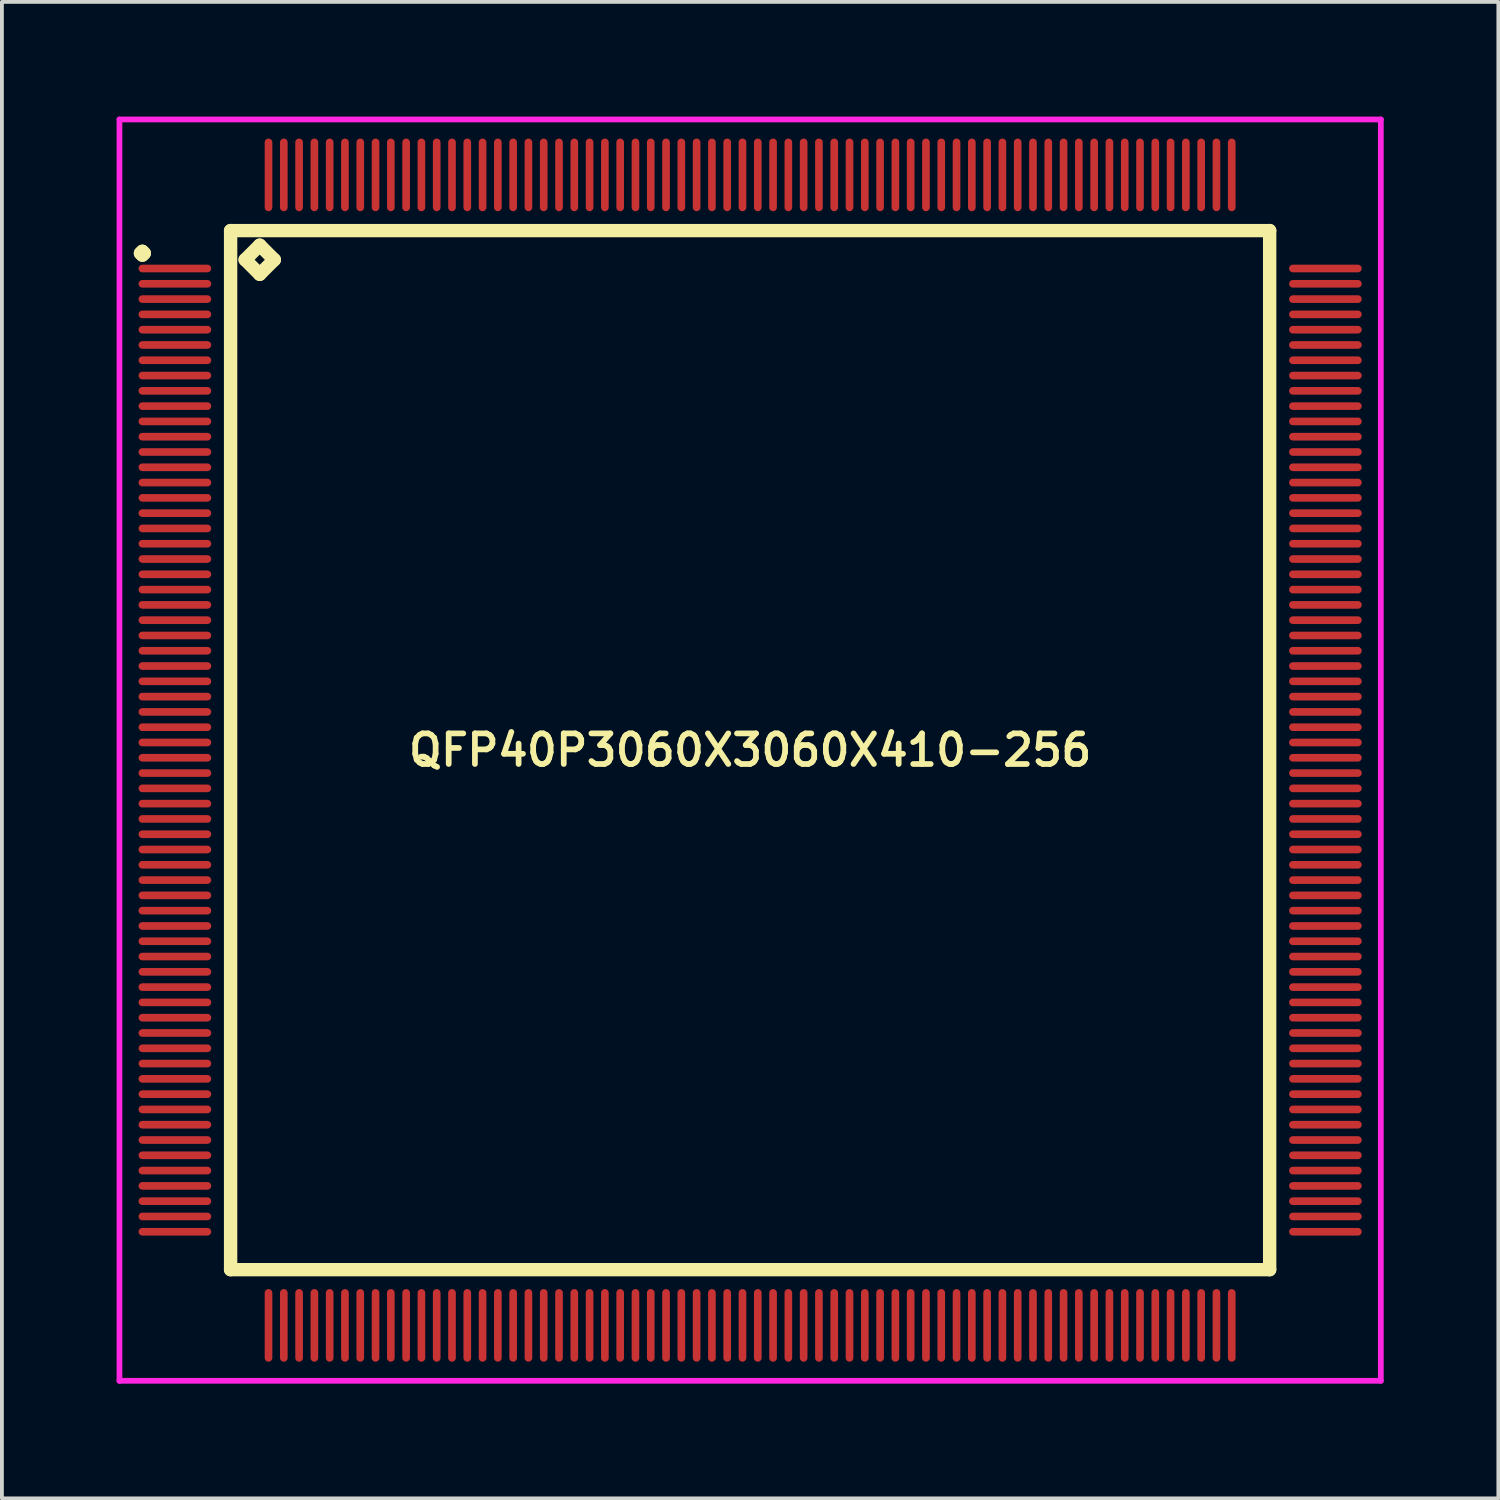
<source format=kicad_pcb>
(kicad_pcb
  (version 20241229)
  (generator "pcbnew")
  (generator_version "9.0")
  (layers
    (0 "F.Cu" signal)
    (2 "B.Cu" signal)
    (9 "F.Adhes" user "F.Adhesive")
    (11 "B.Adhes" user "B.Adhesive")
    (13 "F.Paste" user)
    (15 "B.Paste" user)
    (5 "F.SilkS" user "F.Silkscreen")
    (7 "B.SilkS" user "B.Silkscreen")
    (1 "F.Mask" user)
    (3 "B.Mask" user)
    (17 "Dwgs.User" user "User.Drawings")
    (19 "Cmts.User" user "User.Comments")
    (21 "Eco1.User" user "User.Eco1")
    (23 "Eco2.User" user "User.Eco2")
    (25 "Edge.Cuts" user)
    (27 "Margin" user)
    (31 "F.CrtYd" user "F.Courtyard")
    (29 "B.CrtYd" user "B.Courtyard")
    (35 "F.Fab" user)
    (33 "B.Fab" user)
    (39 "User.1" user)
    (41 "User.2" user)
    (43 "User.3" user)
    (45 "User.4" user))
  (footprint "QFP40P3060X3060X410-256"
    (layer "F.Cu")
    (at 16.575 16.575)
    (property "Reference" "QFP40P3060X3060X410-256" (at 0 0 0) (layer "F.SilkS") (effects (font (size 0.8 0.8) (thickness 0.15))))
    (attr smd)
    (fp_line (start -15.95 -13) (end -15.9 -13.05) (stroke (width 0.35) (type solid)) (layer "F.SilkS"))
    (fp_line (start -15.9 -13.05) (end -15.85 -13) (stroke (width 0.35) (type solid)) (layer "F.SilkS"))
    (fp_line (start -15.9 -12.95) (end -15.95 -13) (stroke (width 0.35) (type solid)) (layer "F.SilkS"))
    (fp_line (start -15.85 -13) (end -15.9 -12.95) (stroke (width 0.35) (type solid)) (layer "F.SilkS"))
    (fp_line (start -13.592 -13.592) (end -13.592 13.592) (stroke (width 0.35) (type solid)) (layer "F.SilkS"))
    (fp_line (start -13.592 13.592) (end 13.592 13.592) (stroke (width 0.35) (type solid)) (layer "F.SilkS"))
    (fp_line (start -13.211 -12.83) (end -12.83 -13.211) (stroke (width 0.35) (type solid)) (layer "F.SilkS"))
    (fp_line (start -12.83 -13.211) (end -12.449 -12.83) (stroke (width 0.35) (type solid)) (layer "F.SilkS"))
    (fp_line (start -12.83 -12.449) (end -13.211 -12.83) (stroke (width 0.35) (type solid)) (layer "F.SilkS"))
    (fp_line (start -12.449 -12.83) (end -12.83 -12.449) (stroke (width 0.35) (type solid)) (layer "F.SilkS"))
    (fp_line (start 13.592 -13.592) (end -13.592 -13.592) (stroke (width 0.35) (type solid)) (layer "F.SilkS"))
    (fp_line (start 13.592 13.592) (end 13.592 -13.592) (stroke (width 0.35) (type solid)) (layer "F.SilkS"))
    (fp_line (start -16.5 -16.5) (end 16.5 -16.5) (stroke (width 0.15) (type solid)) (layer "F.CrtYd"))
    (fp_line (start -16.5 16.5) (end -16.5 -16.5) (stroke (width 0.15) (type solid)) (layer "F.CrtYd"))
    (fp_line (start 16.5 -16.5) (end 16.5 16.5) (stroke (width 0.15) (type solid)) (layer "F.CrtYd"))
    (fp_line (start 16.5 16.5) (end -16.5 16.5) (stroke (width 0.15) (type solid)) (layer "F.CrtYd"))
    (pad "1" smd oval (at -15.05 -12.6) (size 1.9 0.2) (layers "F.Cu" "F.Mask" "F.Paste"))
    (pad "2" smd oval (at -15.05 -12.2) (size 1.9 0.2) (layers "F.Cu" "F.Mask" "F.Paste"))
    (pad "3" smd oval (at -15.05 -11.8) (size 1.9 0.2) (layers "F.Cu" "F.Mask" "F.Paste"))
    (pad "4" smd oval (at -15.05 -11.4) (size 1.9 0.2) (layers "F.Cu" "F.Mask" "F.Paste"))
    (pad "5" smd oval (at -15.05 -11) (size 1.9 0.2) (layers "F.Cu" "F.Mask" "F.Paste"))
    (pad "6" smd oval (at -15.05 -10.6) (size 1.9 0.2) (layers "F.Cu" "F.Mask" "F.Paste"))
    (pad "7" smd oval (at -15.05 -10.2) (size 1.9 0.2) (layers "F.Cu" "F.Mask" "F.Paste"))
    (pad "8" smd oval (at -15.05 -9.8) (size 1.9 0.2) (layers "F.Cu" "F.Mask" "F.Paste"))
    (pad "9" smd oval (at -15.05 -9.4) (size 1.9 0.2) (layers "F.Cu" "F.Mask" "F.Paste"))
    (pad "10" smd oval (at -15.05 -9) (size 1.9 0.2) (layers "F.Cu" "F.Mask" "F.Paste"))
    (pad "11" smd oval (at -15.05 -8.6) (size 1.9 0.2) (layers "F.Cu" "F.Mask" "F.Paste"))
    (pad "12" smd oval (at -15.05 -8.2) (size 1.9 0.2) (layers "F.Cu" "F.Mask" "F.Paste"))
    (pad "13" smd oval (at -15.05 -7.8) (size 1.9 0.2) (layers "F.Cu" "F.Mask" "F.Paste"))
    (pad "14" smd oval (at -15.05 -7.4) (size 1.9 0.2) (layers "F.Cu" "F.Mask" "F.Paste"))
    (pad "15" smd oval (at -15.05 -7) (size 1.9 0.2) (layers "F.Cu" "F.Mask" "F.Paste"))
    (pad "16" smd oval (at -15.05 -6.6) (size 1.9 0.2) (layers "F.Cu" "F.Mask" "F.Paste"))
    (pad "17" smd oval (at -15.05 -6.2) (size 1.9 0.2) (layers "F.Cu" "F.Mask" "F.Paste"))
    (pad "18" smd oval (at -15.05 -5.8) (size 1.9 0.2) (layers "F.Cu" "F.Mask" "F.Paste"))
    (pad "19" smd oval (at -15.05 -5.4) (size 1.9 0.2) (layers "F.Cu" "F.Mask" "F.Paste"))
    (pad "20" smd oval (at -15.05 -5) (size 1.9 0.2) (layers "F.Cu" "F.Mask" "F.Paste"))
    (pad "21" smd oval (at -15.05 -4.6) (size 1.9 0.2) (layers "F.Cu" "F.Mask" "F.Paste"))
    (pad "22" smd oval (at -15.05 -4.2) (size 1.9 0.2) (layers "F.Cu" "F.Mask" "F.Paste"))
    (pad "23" smd oval (at -15.05 -3.8) (size 1.9 0.2) (layers "F.Cu" "F.Mask" "F.Paste"))
    (pad "24" smd oval (at -15.05 -3.4) (size 1.9 0.2) (layers "F.Cu" "F.Mask" "F.Paste"))
    (pad "25" smd oval (at -15.05 -3) (size 1.9 0.2) (layers "F.Cu" "F.Mask" "F.Paste"))
    (pad "26" smd oval (at -15.05 -2.6) (size 1.9 0.2) (layers "F.Cu" "F.Mask" "F.Paste"))
    (pad "27" smd oval (at -15.05 -2.2) (size 1.9 0.2) (layers "F.Cu" "F.Mask" "F.Paste"))
    (pad "28" smd oval (at -15.05 -1.8) (size 1.9 0.2) (layers "F.Cu" "F.Mask" "F.Paste"))
    (pad "29" smd oval (at -15.05 -1.4) (size 1.9 0.2) (layers "F.Cu" "F.Mask" "F.Paste"))
    (pad "30" smd oval (at -15.05 -1) (size 1.9 0.2) (layers "F.Cu" "F.Mask" "F.Paste"))
    (pad "31" smd oval (at -15.05 -0.6) (size 1.9 0.2) (layers "F.Cu" "F.Mask" "F.Paste"))
    (pad "32" smd oval (at -15.05 -0.2) (size 1.9 0.2) (layers "F.Cu" "F.Mask" "F.Paste"))
    (pad "33" smd oval (at -15.05 0.2) (size 1.9 0.2) (layers "F.Cu" "F.Mask" "F.Paste"))
    (pad "34" smd oval (at -15.05 0.6) (size 1.9 0.2) (layers "F.Cu" "F.Mask" "F.Paste"))
    (pad "35" smd oval (at -15.05 1) (size 1.9 0.2) (layers "F.Cu" "F.Mask" "F.Paste"))
    (pad "36" smd oval (at -15.05 1.4) (size 1.9 0.2) (layers "F.Cu" "F.Mask" "F.Paste"))
    (pad "37" smd oval (at -15.05 1.8) (size 1.9 0.2) (layers "F.Cu" "F.Mask" "F.Paste"))
    (pad "38" smd oval (at -15.05 2.2) (size 1.9 0.2) (layers "F.Cu" "F.Mask" "F.Paste"))
    (pad "39" smd oval (at -15.05 2.6) (size 1.9 0.2) (layers "F.Cu" "F.Mask" "F.Paste"))
    (pad "40" smd oval (at -15.05 3) (size 1.9 0.2) (layers "F.Cu" "F.Mask" "F.Paste"))
    (pad "41" smd oval (at -15.05 3.4) (size 1.9 0.2) (layers "F.Cu" "F.Mask" "F.Paste"))
    (pad "42" smd oval (at -15.05 3.8) (size 1.9 0.2) (layers "F.Cu" "F.Mask" "F.Paste"))
    (pad "43" smd oval (at -15.05 4.2) (size 1.9 0.2) (layers "F.Cu" "F.Mask" "F.Paste"))
    (pad "44" smd oval (at -15.05 4.6) (size 1.9 0.2) (layers "F.Cu" "F.Mask" "F.Paste"))
    (pad "45" smd oval (at -15.05 5) (size 1.9 0.2) (layers "F.Cu" "F.Mask" "F.Paste"))
    (pad "46" smd oval (at -15.05 5.4) (size 1.9 0.2) (layers "F.Cu" "F.Mask" "F.Paste"))
    (pad "47" smd oval (at -15.05 5.8) (size 1.9 0.2) (layers "F.Cu" "F.Mask" "F.Paste"))
    (pad "48" smd oval (at -15.05 6.2) (size 1.9 0.2) (layers "F.Cu" "F.Mask" "F.Paste"))
    (pad "49" smd oval (at -15.05 6.6) (size 1.9 0.2) (layers "F.Cu" "F.Mask" "F.Paste"))
    (pad "50" smd oval (at -15.05 7) (size 1.9 0.2) (layers "F.Cu" "F.Mask" "F.Paste"))
    (pad "51" smd oval (at -15.05 7.4) (size 1.9 0.2) (layers "F.Cu" "F.Mask" "F.Paste"))
    (pad "52" smd oval (at -15.05 7.8) (size 1.9 0.2) (layers "F.Cu" "F.Mask" "F.Paste"))
    (pad "53" smd oval (at -15.05 8.2) (size 1.9 0.2) (layers "F.Cu" "F.Mask" "F.Paste"))
    (pad "54" smd oval (at -15.05 8.6) (size 1.9 0.2) (layers "F.Cu" "F.Mask" "F.Paste"))
    (pad "55" smd oval (at -15.05 9) (size 1.9 0.2) (layers "F.Cu" "F.Mask" "F.Paste"))
    (pad "56" smd oval (at -15.05 9.4) (size 1.9 0.2) (layers "F.Cu" "F.Mask" "F.Paste"))
    (pad "57" smd oval (at -15.05 9.8) (size 1.9 0.2) (layers "F.Cu" "F.Mask" "F.Paste"))
    (pad "58" smd oval (at -15.05 10.2) (size 1.9 0.2) (layers "F.Cu" "F.Mask" "F.Paste"))
    (pad "59" smd oval (at -15.05 10.6) (size 1.9 0.2) (layers "F.Cu" "F.Mask" "F.Paste"))
    (pad "60" smd oval (at -15.05 11) (size 1.9 0.2) (layers "F.Cu" "F.Mask" "F.Paste"))
    (pad "61" smd oval (at -15.05 11.4) (size 1.9 0.2) (layers "F.Cu" "F.Mask" "F.Paste"))
    (pad "62" smd oval (at -15.05 11.8) (size 1.9 0.2) (layers "F.Cu" "F.Mask" "F.Paste"))
    (pad "63" smd oval (at -15.05 12.2) (size 1.9 0.2) (layers "F.Cu" "F.Mask" "F.Paste"))
    (pad "64" smd oval (at -15.05 12.6) (size 1.9 0.2) (layers "F.Cu" "F.Mask" "F.Paste"))
    (pad "65" smd oval (at -12.6 15.05) (size 0.2 1.9) (layers "F.Cu" "F.Mask" "F.Paste"))
    (pad "66" smd oval (at -12.2 15.05) (size 0.2 1.9) (layers "F.Cu" "F.Mask" "F.Paste"))
    (pad "67" smd oval (at -11.8 15.05) (size 0.2 1.9) (layers "F.Cu" "F.Mask" "F.Paste"))
    (pad "68" smd oval (at -11.4 15.05) (size 0.2 1.9) (layers "F.Cu" "F.Mask" "F.Paste"))
    (pad "69" smd oval (at -11 15.05) (size 0.2 1.9) (layers "F.Cu" "F.Mask" "F.Paste"))
    (pad "70" smd oval (at -10.6 15.05) (size 0.2 1.9) (layers "F.Cu" "F.Mask" "F.Paste"))
    (pad "71" smd oval (at -10.2 15.05) (size 0.2 1.9) (layers "F.Cu" "F.Mask" "F.Paste"))
    (pad "72" smd oval (at -9.8 15.05) (size 0.2 1.9) (layers "F.Cu" "F.Mask" "F.Paste"))
    (pad "73" smd oval (at -9.4 15.05) (size 0.2 1.9) (layers "F.Cu" "F.Mask" "F.Paste"))
    (pad "74" smd oval (at -9 15.05) (size 0.2 1.9) (layers "F.Cu" "F.Mask" "F.Paste"))
    (pad "75" smd oval (at -8.6 15.05) (size 0.2 1.9) (layers "F.Cu" "F.Mask" "F.Paste"))
    (pad "76" smd oval (at -8.2 15.05) (size 0.2 1.9) (layers "F.Cu" "F.Mask" "F.Paste"))
    (pad "77" smd oval (at -7.8 15.05) (size 0.2 1.9) (layers "F.Cu" "F.Mask" "F.Paste"))
    (pad "78" smd oval (at -7.4 15.05) (size 0.2 1.9) (layers "F.Cu" "F.Mask" "F.Paste"))
    (pad "79" smd oval (at -7 15.05) (size 0.2 1.9) (layers "F.Cu" "F.Mask" "F.Paste"))
    (pad "80" smd oval (at -6.6 15.05) (size 0.2 1.9) (layers "F.Cu" "F.Mask" "F.Paste"))
    (pad "81" smd oval (at -6.2 15.05) (size 0.2 1.9) (layers "F.Cu" "F.Mask" "F.Paste"))
    (pad "82" smd oval (at -5.8 15.05) (size 0.2 1.9) (layers "F.Cu" "F.Mask" "F.Paste"))
    (pad "83" smd oval (at -5.4 15.05) (size 0.2 1.9) (layers "F.Cu" "F.Mask" "F.Paste"))
    (pad "84" smd oval (at -5 15.05) (size 0.2 1.9) (layers "F.Cu" "F.Mask" "F.Paste"))
    (pad "85" smd oval (at -4.6 15.05) (size 0.2 1.9) (layers "F.Cu" "F.Mask" "F.Paste"))
    (pad "86" smd oval (at -4.2 15.05) (size 0.2 1.9) (layers "F.Cu" "F.Mask" "F.Paste"))
    (pad "87" smd oval (at -3.8 15.05) (size 0.2 1.9) (layers "F.Cu" "F.Mask" "F.Paste"))
    (pad "88" smd oval (at -3.4 15.05) (size 0.2 1.9) (layers "F.Cu" "F.Mask" "F.Paste"))
    (pad "89" smd oval (at -3 15.05) (size 0.2 1.9) (layers "F.Cu" "F.Mask" "F.Paste"))
    (pad "90" smd oval (at -2.6 15.05) (size 0.2 1.9) (layers "F.Cu" "F.Mask" "F.Paste"))
    (pad "91" smd oval (at -2.2 15.05) (size 0.2 1.9) (layers "F.Cu" "F.Mask" "F.Paste"))
    (pad "92" smd oval (at -1.8 15.05) (size 0.2 1.9) (layers "F.Cu" "F.Mask" "F.Paste"))
    (pad "93" smd oval (at -1.4 15.05) (size 0.2 1.9) (layers "F.Cu" "F.Mask" "F.Paste"))
    (pad "94" smd oval (at -1 15.05) (size 0.2 1.9) (layers "F.Cu" "F.Mask" "F.Paste"))
    (pad "95" smd oval (at -0.6 15.05) (size 0.2 1.9) (layers "F.Cu" "F.Mask" "F.Paste"))
    (pad "96" smd oval (at -0.2 15.05) (size 0.2 1.9) (layers "F.Cu" "F.Mask" "F.Paste"))
    (pad "97" smd oval (at 0.2 15.05) (size 0.2 1.9) (layers "F.Cu" "F.Mask" "F.Paste"))
    (pad "98" smd oval (at 0.6 15.05) (size 0.2 1.9) (layers "F.Cu" "F.Mask" "F.Paste"))
    (pad "99" smd oval (at 1 15.05) (size 0.2 1.9) (layers "F.Cu" "F.Mask" "F.Paste"))
    (pad "100" smd oval (at 1.4 15.05) (size 0.2 1.9) (layers "F.Cu" "F.Mask" "F.Paste"))
    (pad "101" smd oval (at 1.8 15.05) (size 0.2 1.9) (layers "F.Cu" "F.Mask" "F.Paste"))
    (pad "102" smd oval (at 2.2 15.05) (size 0.2 1.9) (layers "F.Cu" "F.Mask" "F.Paste"))
    (pad "103" smd oval (at 2.6 15.05) (size 0.2 1.9) (layers "F.Cu" "F.Mask" "F.Paste"))
    (pad "104" smd oval (at 3 15.05) (size 0.2 1.9) (layers "F.Cu" "F.Mask" "F.Paste"))
    (pad "105" smd oval (at 3.4 15.05) (size 0.2 1.9) (layers "F.Cu" "F.Mask" "F.Paste"))
    (pad "106" smd oval (at 3.8 15.05) (size 0.2 1.9) (layers "F.Cu" "F.Mask" "F.Paste"))
    (pad "107" smd oval (at 4.2 15.05) (size 0.2 1.9) (layers "F.Cu" "F.Mask" "F.Paste"))
    (pad "108" smd oval (at 4.6 15.05) (size 0.2 1.9) (layers "F.Cu" "F.Mask" "F.Paste"))
    (pad "109" smd oval (at 5 15.05) (size 0.2 1.9) (layers "F.Cu" "F.Mask" "F.Paste"))
    (pad "110" smd oval (at 5.4 15.05) (size 0.2 1.9) (layers "F.Cu" "F.Mask" "F.Paste"))
    (pad "111" smd oval (at 5.8 15.05) (size 0.2 1.9) (layers "F.Cu" "F.Mask" "F.Paste"))
    (pad "112" smd oval (at 6.2 15.05) (size 0.2 1.9) (layers "F.Cu" "F.Mask" "F.Paste"))
    (pad "113" smd oval (at 6.6 15.05) (size 0.2 1.9) (layers "F.Cu" "F.Mask" "F.Paste"))
    (pad "114" smd oval (at 7 15.05) (size 0.2 1.9) (layers "F.Cu" "F.Mask" "F.Paste"))
    (pad "115" smd oval (at 7.4 15.05) (size 0.2 1.9) (layers "F.Cu" "F.Mask" "F.Paste"))
    (pad "116" smd oval (at 7.8 15.05) (size 0.2 1.9) (layers "F.Cu" "F.Mask" "F.Paste"))
    (pad "117" smd oval (at 8.2 15.05) (size 0.2 1.9) (layers "F.Cu" "F.Mask" "F.Paste"))
    (pad "118" smd oval (at 8.6 15.05) (size 0.2 1.9) (layers "F.Cu" "F.Mask" "F.Paste"))
    (pad "119" smd oval (at 9 15.05) (size 0.2 1.9) (layers "F.Cu" "F.Mask" "F.Paste"))
    (pad "120" smd oval (at 9.4 15.05) (size 0.2 1.9) (layers "F.Cu" "F.Mask" "F.Paste"))
    (pad "121" smd oval (at 9.8 15.05) (size 0.2 1.9) (layers "F.Cu" "F.Mask" "F.Paste"))
    (pad "122" smd oval (at 10.2 15.05) (size 0.2 1.9) (layers "F.Cu" "F.Mask" "F.Paste"))
    (pad "123" smd oval (at 10.6 15.05) (size 0.2 1.9) (layers "F.Cu" "F.Mask" "F.Paste"))
    (pad "124" smd oval (at 11 15.05) (size 0.2 1.9) (layers "F.Cu" "F.Mask" "F.Paste"))
    (pad "125" smd oval (at 11.4 15.05) (size 0.2 1.9) (layers "F.Cu" "F.Mask" "F.Paste"))
    (pad "126" smd oval (at 11.8 15.05) (size 0.2 1.9) (layers "F.Cu" "F.Mask" "F.Paste"))
    (pad "127" smd oval (at 12.2 15.05) (size 0.2 1.9) (layers "F.Cu" "F.Mask" "F.Paste"))
    (pad "128" smd oval (at 12.6 15.05) (size 0.2 1.9) (layers "F.Cu" "F.Mask" "F.Paste"))
    (pad "129" smd oval (at 15.05 12.6) (size 1.9 0.2) (layers "F.Cu" "F.Mask" "F.Paste"))
    (pad "130" smd oval (at 15.05 12.2) (size 1.9 0.2) (layers "F.Cu" "F.Mask" "F.Paste"))
    (pad "131" smd oval (at 15.05 11.8) (size 1.9 0.2) (layers "F.Cu" "F.Mask" "F.Paste"))
    (pad "132" smd oval (at 15.05 11.4) (size 1.9 0.2) (layers "F.Cu" "F.Mask" "F.Paste"))
    (pad "133" smd oval (at 15.05 11) (size 1.9 0.2) (layers "F.Cu" "F.Mask" "F.Paste"))
    (pad "134" smd oval (at 15.05 10.6) (size 1.9 0.2) (layers "F.Cu" "F.Mask" "F.Paste"))
    (pad "135" smd oval (at 15.05 10.2) (size 1.9 0.2) (layers "F.Cu" "F.Mask" "F.Paste"))
    (pad "136" smd oval (at 15.05 9.8) (size 1.9 0.2) (layers "F.Cu" "F.Mask" "F.Paste"))
    (pad "137" smd oval (at 15.05 9.4) (size 1.9 0.2) (layers "F.Cu" "F.Mask" "F.Paste"))
    (pad "138" smd oval (at 15.05 9) (size 1.9 0.2) (layers "F.Cu" "F.Mask" "F.Paste"))
    (pad "139" smd oval (at 15.05 8.6) (size 1.9 0.2) (layers "F.Cu" "F.Mask" "F.Paste"))
    (pad "140" smd oval (at 15.05 8.2) (size 1.9 0.2) (layers "F.Cu" "F.Mask" "F.Paste"))
    (pad "141" smd oval (at 15.05 7.8) (size 1.9 0.2) (layers "F.Cu" "F.Mask" "F.Paste"))
    (pad "142" smd oval (at 15.05 7.4) (size 1.9 0.2) (layers "F.Cu" "F.Mask" "F.Paste"))
    (pad "143" smd oval (at 15.05 7) (size 1.9 0.2) (layers "F.Cu" "F.Mask" "F.Paste"))
    (pad "144" smd oval (at 15.05 6.6) (size 1.9 0.2) (layers "F.Cu" "F.Mask" "F.Paste"))
    (pad "145" smd oval (at 15.05 6.2) (size 1.9 0.2) (layers "F.Cu" "F.Mask" "F.Paste"))
    (pad "146" smd oval (at 15.05 5.8) (size 1.9 0.2) (layers "F.Cu" "F.Mask" "F.Paste"))
    (pad "147" smd oval (at 15.05 5.4) (size 1.9 0.2) (layers "F.Cu" "F.Mask" "F.Paste"))
    (pad "148" smd oval (at 15.05 5) (size 1.9 0.2) (layers "F.Cu" "F.Mask" "F.Paste"))
    (pad "149" smd oval (at 15.05 4.6) (size 1.9 0.2) (layers "F.Cu" "F.Mask" "F.Paste"))
    (pad "150" smd oval (at 15.05 4.2) (size 1.9 0.2) (layers "F.Cu" "F.Mask" "F.Paste"))
    (pad "151" smd oval (at 15.05 3.8) (size 1.9 0.2) (layers "F.Cu" "F.Mask" "F.Paste"))
    (pad "152" smd oval (at 15.05 3.4) (size 1.9 0.2) (layers "F.Cu" "F.Mask" "F.Paste"))
    (pad "153" smd oval (at 15.05 3) (size 1.9 0.2) (layers "F.Cu" "F.Mask" "F.Paste"))
    (pad "154" smd oval (at 15.05 2.6) (size 1.9 0.2) (layers "F.Cu" "F.Mask" "F.Paste"))
    (pad "155" smd oval (at 15.05 2.2) (size 1.9 0.2) (layers "F.Cu" "F.Mask" "F.Paste"))
    (pad "156" smd oval (at 15.05 1.8) (size 1.9 0.2) (layers "F.Cu" "F.Mask" "F.Paste"))
    (pad "157" smd oval (at 15.05 1.4) (size 1.9 0.2) (layers "F.Cu" "F.Mask" "F.Paste"))
    (pad "158" smd oval (at 15.05 1) (size 1.9 0.2) (layers "F.Cu" "F.Mask" "F.Paste"))
    (pad "159" smd oval (at 15.05 0.6) (size 1.9 0.2) (layers "F.Cu" "F.Mask" "F.Paste"))
    (pad "160" smd oval (at 15.05 0.2) (size 1.9 0.2) (layers "F.Cu" "F.Mask" "F.Paste"))
    (pad "161" smd oval (at 15.05 -0.2) (size 1.9 0.2) (layers "F.Cu" "F.Mask" "F.Paste"))
    (pad "162" smd oval (at 15.05 -0.6) (size 1.9 0.2) (layers "F.Cu" "F.Mask" "F.Paste"))
    (pad "163" smd oval (at 15.05 -1) (size 1.9 0.2) (layers "F.Cu" "F.Mask" "F.Paste"))
    (pad "164" smd oval (at 15.05 -1.4) (size 1.9 0.2) (layers "F.Cu" "F.Mask" "F.Paste"))
    (pad "165" smd oval (at 15.05 -1.8) (size 1.9 0.2) (layers "F.Cu" "F.Mask" "F.Paste"))
    (pad "166" smd oval (at 15.05 -2.2) (size 1.9 0.2) (layers "F.Cu" "F.Mask" "F.Paste"))
    (pad "167" smd oval (at 15.05 -2.6) (size 1.9 0.2) (layers "F.Cu" "F.Mask" "F.Paste"))
    (pad "168" smd oval (at 15.05 -3) (size 1.9 0.2) (layers "F.Cu" "F.Mask" "F.Paste"))
    (pad "169" smd oval (at 15.05 -3.4) (size 1.9 0.2) (layers "F.Cu" "F.Mask" "F.Paste"))
    (pad "170" smd oval (at 15.05 -3.8) (size 1.9 0.2) (layers "F.Cu" "F.Mask" "F.Paste"))
    (pad "171" smd oval (at 15.05 -4.2) (size 1.9 0.2) (layers "F.Cu" "F.Mask" "F.Paste"))
    (pad "172" smd oval (at 15.05 -4.6) (size 1.9 0.2) (layers "F.Cu" "F.Mask" "F.Paste"))
    (pad "173" smd oval (at 15.05 -5) (size 1.9 0.2) (layers "F.Cu" "F.Mask" "F.Paste"))
    (pad "174" smd oval (at 15.05 -5.4) (size 1.9 0.2) (layers "F.Cu" "F.Mask" "F.Paste"))
    (pad "175" smd oval (at 15.05 -5.8) (size 1.9 0.2) (layers "F.Cu" "F.Mask" "F.Paste"))
    (pad "176" smd oval (at 15.05 -6.2) (size 1.9 0.2) (layers "F.Cu" "F.Mask" "F.Paste"))
    (pad "177" smd oval (at 15.05 -6.6) (size 1.9 0.2) (layers "F.Cu" "F.Mask" "F.Paste"))
    (pad "178" smd oval (at 15.05 -7) (size 1.9 0.2) (layers "F.Cu" "F.Mask" "F.Paste"))
    (pad "179" smd oval (at 15.05 -7.4) (size 1.9 0.2) (layers "F.Cu" "F.Mask" "F.Paste"))
    (pad "180" smd oval (at 15.05 -7.8) (size 1.9 0.2) (layers "F.Cu" "F.Mask" "F.Paste"))
    (pad "181" smd oval (at 15.05 -8.2) (size 1.9 0.2) (layers "F.Cu" "F.Mask" "F.Paste"))
    (pad "182" smd oval (at 15.05 -8.6) (size 1.9 0.2) (layers "F.Cu" "F.Mask" "F.Paste"))
    (pad "183" smd oval (at 15.05 -9) (size 1.9 0.2) (layers "F.Cu" "F.Mask" "F.Paste"))
    (pad "184" smd oval (at 15.05 -9.4) (size 1.9 0.2) (layers "F.Cu" "F.Mask" "F.Paste"))
    (pad "185" smd oval (at 15.05 -9.8) (size 1.9 0.2) (layers "F.Cu" "F.Mask" "F.Paste"))
    (pad "186" smd oval (at 15.05 -10.2) (size 1.9 0.2) (layers "F.Cu" "F.Mask" "F.Paste"))
    (pad "187" smd oval (at 15.05 -10.6) (size 1.9 0.2) (layers "F.Cu" "F.Mask" "F.Paste"))
    (pad "188" smd oval (at 15.05 -11) (size 1.9 0.2) (layers "F.Cu" "F.Mask" "F.Paste"))
    (pad "189" smd oval (at 15.05 -11.4) (size 1.9 0.2) (layers "F.Cu" "F.Mask" "F.Paste"))
    (pad "190" smd oval (at 15.05 -11.8) (size 1.9 0.2) (layers "F.Cu" "F.Mask" "F.Paste"))
    (pad "191" smd oval (at 15.05 -12.2) (size 1.9 0.2) (layers "F.Cu" "F.Mask" "F.Paste"))
    (pad "192" smd oval (at 15.05 -12.6) (size 1.9 0.2) (layers "F.Cu" "F.Mask" "F.Paste"))
    (pad "193" smd oval (at 12.6 -15.05) (size 0.2 1.9) (layers "F.Cu" "F.Mask" "F.Paste"))
    (pad "194" smd oval (at 12.2 -15.05) (size 0.2 1.9) (layers "F.Cu" "F.Mask" "F.Paste"))
    (pad "195" smd oval (at 11.8 -15.05) (size 0.2 1.9) (layers "F.Cu" "F.Mask" "F.Paste"))
    (pad "196" smd oval (at 11.4 -15.05) (size 0.2 1.9) (layers "F.Cu" "F.Mask" "F.Paste"))
    (pad "197" smd oval (at 11 -15.05) (size 0.2 1.9) (layers "F.Cu" "F.Mask" "F.Paste"))
    (pad "198" smd oval (at 10.6 -15.05) (size 0.2 1.9) (layers "F.Cu" "F.Mask" "F.Paste"))
    (pad "199" smd oval (at 10.2 -15.05) (size 0.2 1.9) (layers "F.Cu" "F.Mask" "F.Paste"))
    (pad "200" smd oval (at 9.8 -15.05) (size 0.2 1.9) (layers "F.Cu" "F.Mask" "F.Paste"))
    (pad "201" smd oval (at 9.4 -15.05) (size 0.2 1.9) (layers "F.Cu" "F.Mask" "F.Paste"))
    (pad "202" smd oval (at 9 -15.05) (size 0.2 1.9) (layers "F.Cu" "F.Mask" "F.Paste"))
    (pad "203" smd oval (at 8.6 -15.05) (size 0.2 1.9) (layers "F.Cu" "F.Mask" "F.Paste"))
    (pad "204" smd oval (at 8.2 -15.05) (size 0.2 1.9) (layers "F.Cu" "F.Mask" "F.Paste"))
    (pad "205" smd oval (at 7.8 -15.05) (size 0.2 1.9) (layers "F.Cu" "F.Mask" "F.Paste"))
    (pad "206" smd oval (at 7.4 -15.05) (size 0.2 1.9) (layers "F.Cu" "F.Mask" "F.Paste"))
    (pad "207" smd oval (at 7 -15.05) (size 0.2 1.9) (layers "F.Cu" "F.Mask" "F.Paste"))
    (pad "208" smd oval (at 6.6 -15.05) (size 0.2 1.9) (layers "F.Cu" "F.Mask" "F.Paste"))
    (pad "209" smd oval (at 6.2 -15.05) (size 0.2 1.9) (layers "F.Cu" "F.Mask" "F.Paste"))
    (pad "210" smd oval (at 5.8 -15.05) (size 0.2 1.9) (layers "F.Cu" "F.Mask" "F.Paste"))
    (pad "211" smd oval (at 5.4 -15.05) (size 0.2 1.9) (layers "F.Cu" "F.Mask" "F.Paste"))
    (pad "212" smd oval (at 5 -15.05) (size 0.2 1.9) (layers "F.Cu" "F.Mask" "F.Paste"))
    (pad "213" smd oval (at 4.6 -15.05) (size 0.2 1.9) (layers "F.Cu" "F.Mask" "F.Paste"))
    (pad "214" smd oval (at 4.2 -15.05) (size 0.2 1.9) (layers "F.Cu" "F.Mask" "F.Paste"))
    (pad "215" smd oval (at 3.8 -15.05) (size 0.2 1.9) (layers "F.Cu" "F.Mask" "F.Paste"))
    (pad "216" smd oval (at 3.4 -15.05) (size 0.2 1.9) (layers "F.Cu" "F.Mask" "F.Paste"))
    (pad "217" smd oval (at 3 -15.05) (size 0.2 1.9) (layers "F.Cu" "F.Mask" "F.Paste"))
    (pad "218" smd oval (at 2.6 -15.05) (size 0.2 1.9) (layers "F.Cu" "F.Mask" "F.Paste"))
    (pad "219" smd oval (at 2.2 -15.05) (size 0.2 1.9) (layers "F.Cu" "F.Mask" "F.Paste"))
    (pad "220" smd oval (at 1.8 -15.05) (size 0.2 1.9) (layers "F.Cu" "F.Mask" "F.Paste"))
    (pad "221" smd oval (at 1.4 -15.05) (size 0.2 1.9) (layers "F.Cu" "F.Mask" "F.Paste"))
    (pad "222" smd oval (at 1 -15.05) (size 0.2 1.9) (layers "F.Cu" "F.Mask" "F.Paste"))
    (pad "223" smd oval (at 0.6 -15.05) (size 0.2 1.9) (layers "F.Cu" "F.Mask" "F.Paste"))
    (pad "224" smd oval (at 0.2 -15.05) (size 0.2 1.9) (layers "F.Cu" "F.Mask" "F.Paste"))
    (pad "225" smd oval (at -0.2 -15.05) (size 0.2 1.9) (layers "F.Cu" "F.Mask" "F.Paste"))
    (pad "226" smd oval (at -0.6 -15.05) (size 0.2 1.9) (layers "F.Cu" "F.Mask" "F.Paste"))
    (pad "227" smd oval (at -1 -15.05) (size 0.2 1.9) (layers "F.Cu" "F.Mask" "F.Paste"))
    (pad "228" smd oval (at -1.4 -15.05) (size 0.2 1.9) (layers "F.Cu" "F.Mask" "F.Paste"))
    (pad "229" smd oval (at -1.8 -15.05) (size 0.2 1.9) (layers "F.Cu" "F.Mask" "F.Paste"))
    (pad "230" smd oval (at -2.2 -15.05) (size 0.2 1.9) (layers "F.Cu" "F.Mask" "F.Paste"))
    (pad "231" smd oval (at -2.6 -15.05) (size 0.2 1.9) (layers "F.Cu" "F.Mask" "F.Paste"))
    (pad "232" smd oval (at -3 -15.05) (size 0.2 1.9) (layers "F.Cu" "F.Mask" "F.Paste"))
    (pad "233" smd oval (at -3.4 -15.05) (size 0.2 1.9) (layers "F.Cu" "F.Mask" "F.Paste"))
    (pad "234" smd oval (at -3.8 -15.05) (size 0.2 1.9) (layers "F.Cu" "F.Mask" "F.Paste"))
    (pad "235" smd oval (at -4.2 -15.05) (size 0.2 1.9) (layers "F.Cu" "F.Mask" "F.Paste"))
    (pad "236" smd oval (at -4.6 -15.05) (size 0.2 1.9) (layers "F.Cu" "F.Mask" "F.Paste"))
    (pad "237" smd oval (at -5 -15.05) (size 0.2 1.9) (layers "F.Cu" "F.Mask" "F.Paste"))
    (pad "238" smd oval (at -5.4 -15.05) (size 0.2 1.9) (layers "F.Cu" "F.Mask" "F.Paste"))
    (pad "239" smd oval (at -5.8 -15.05) (size 0.2 1.9) (layers "F.Cu" "F.Mask" "F.Paste"))
    (pad "240" smd oval (at -6.2 -15.05) (size 0.2 1.9) (layers "F.Cu" "F.Mask" "F.Paste"))
    (pad "241" smd oval (at -6.6 -15.05) (size 0.2 1.9) (layers "F.Cu" "F.Mask" "F.Paste"))
    (pad "242" smd oval (at -7 -15.05) (size 0.2 1.9) (layers "F.Cu" "F.Mask" "F.Paste"))
    (pad "243" smd oval (at -7.4 -15.05) (size 0.2 1.9) (layers "F.Cu" "F.Mask" "F.Paste"))
    (pad "244" smd oval (at -7.8 -15.05) (size 0.2 1.9) (layers "F.Cu" "F.Mask" "F.Paste"))
    (pad "245" smd oval (at -8.2 -15.05) (size 0.2 1.9) (layers "F.Cu" "F.Mask" "F.Paste"))
    (pad "246" smd oval (at -8.6 -15.05) (size 0.2 1.9) (layers "F.Cu" "F.Mask" "F.Paste"))
    (pad "247" smd oval (at -9 -15.05) (size 0.2 1.9) (layers "F.Cu" "F.Mask" "F.Paste"))
    (pad "248" smd oval (at -9.4 -15.05) (size 0.2 1.9) (layers "F.Cu" "F.Mask" "F.Paste"))
    (pad "249" smd oval (at -9.8 -15.05) (size 0.2 1.9) (layers "F.Cu" "F.Mask" "F.Paste"))
    (pad "250" smd oval (at -10.2 -15.05) (size 0.2 1.9) (layers "F.Cu" "F.Mask" "F.Paste"))
    (pad "251" smd oval (at -10.6 -15.05) (size 0.2 1.9) (layers "F.Cu" "F.Mask" "F.Paste"))
    (pad "252" smd oval (at -11 -15.05) (size 0.2 1.9) (layers "F.Cu" "F.Mask" "F.Paste"))
    (pad "253" smd oval (at -11.4 -15.05) (size 0.2 1.9) (layers "F.Cu" "F.Mask" "F.Paste"))
    (pad "254" smd oval (at -11.8 -15.05) (size 0.2 1.9) (layers "F.Cu" "F.Mask" "F.Paste"))
    (pad "255" smd oval (at -12.2 -15.05) (size 0.2 1.9) (layers "F.Cu" "F.Mask" "F.Paste"))
    (pad "256" smd oval (at -12.6 -15.05) (size 0.2 1.9) (layers "F.Cu" "F.Mask" "F.Paste")))
  (gr_rect
    (start -3 -3)
    (end 36.15 36.15)
    (stroke (width 0.1) (type default))
    (fill no)
    (layer "Edge.Cuts")))
</source>
